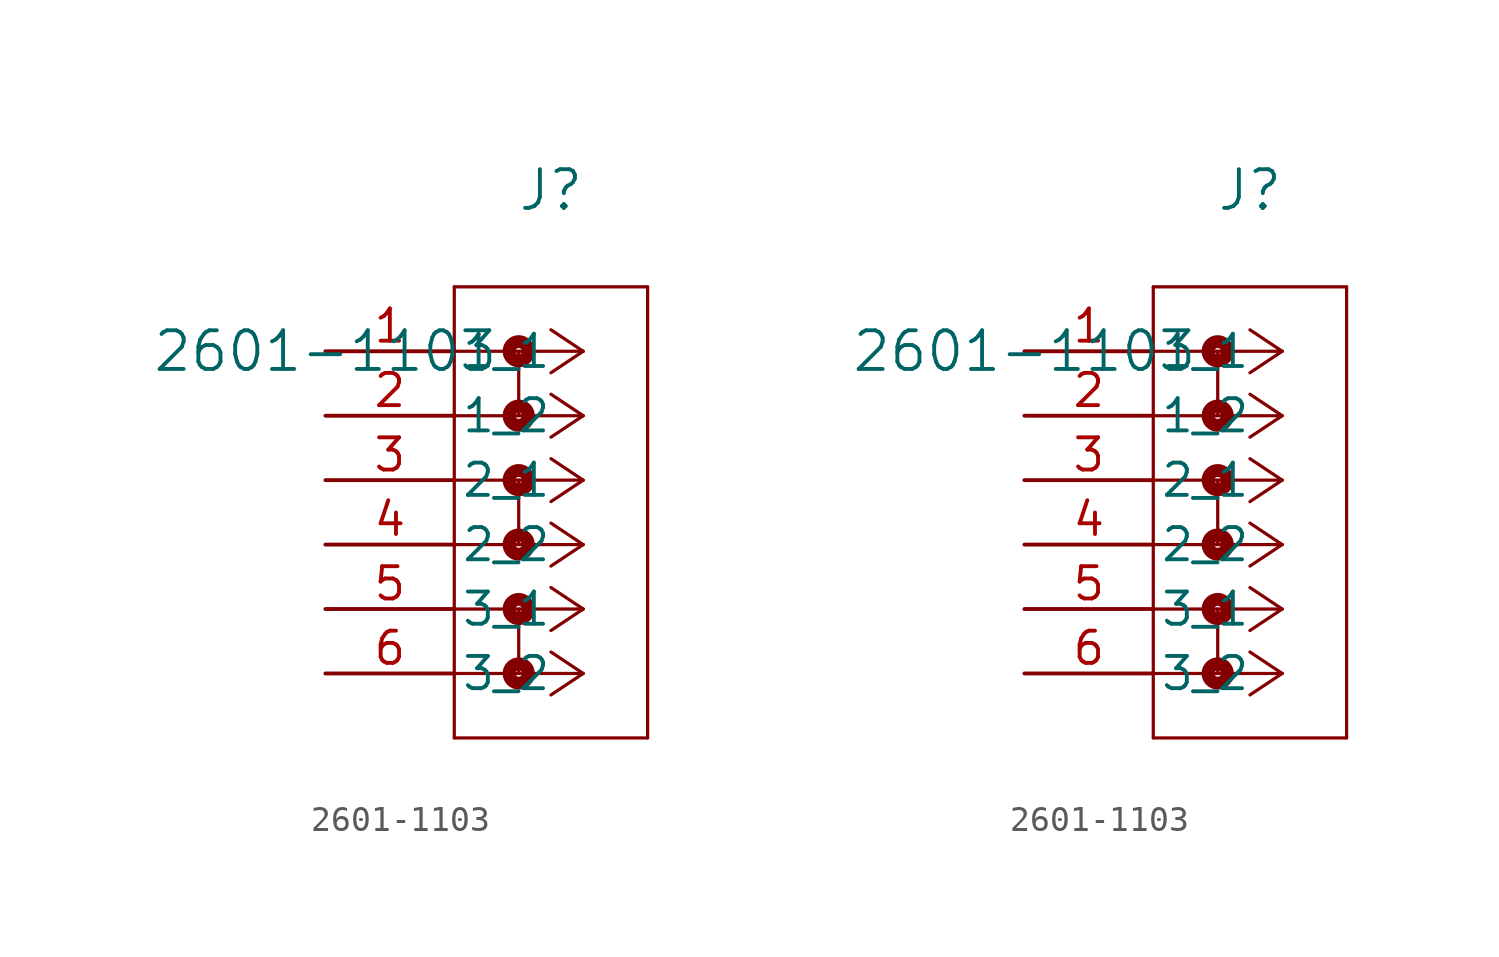
<source format=kicad_sym>
(kicad_symbol_lib
  (version 20211014)
  (generator kicad_symbol_editor)
  (symbol "2601-1103"
    (pin_names
      (offset 0.254))
    (property "Reference" "J"
      (at 8.89 6.35 0)
      (effects (font (size 1.524 1.524))))
    (property "Value" "2601-1103"
      (at 0 0 0)
      (effects (font (size 1.524 1.524))))
    (symbol "2601-1103_1_1"
      (polyline (pts (xy 10.16 0) (xy 5.08 0)) (stroke (width 0.127) (type default) (color 0 0 0 0)) (fill (type none)))
      (polyline (pts (xy 10.16 -2.54) (xy 5.08 -2.54)) (stroke (width 0.127) (type default) (color 0 0 0 0)) (fill (type none)))
      (polyline (pts (xy 10.16 -5.08) (xy 5.08 -5.08)) (stroke (width 0.127) (type default) (color 0 0 0 0)) (fill (type none)))
      (polyline (pts (xy 10.16 -7.62) (xy 5.08 -7.62)) (stroke (width 0.127) (type default) (color 0 0 0 0)) (fill (type none)))
      (polyline (pts (xy 10.16 -10.16) (xy 5.08 -10.16)) (stroke (width 0.127) (type default) (color 0 0 0 0)) (fill (type none)))
      (polyline (pts (xy 10.16 -12.7) (xy 5.08 -12.7)) (stroke (width 0.127) (type default) (color 0 0 0 0)) (fill (type none)))
      (polyline (pts (xy 10.16 0) (xy 8.89 0.847)) (stroke (width 0.127) (type default) (color 0 0 0 0)) (fill (type none)))
      (polyline (pts (xy 10.16 -2.54) (xy 8.89 -1.693)) (stroke (width 0.127) (type default) (color 0 0 0 0)) (fill (type none)))
      (polyline (pts (xy 10.16 -5.08) (xy 8.89 -4.233)) (stroke (width 0.127) (type default) (color 0 0 0 0)) (fill (type none)))
      (polyline (pts (xy 10.16 -7.62) (xy 8.89 -6.773)) (stroke (width 0.127) (type default) (color 0 0 0 0)) (fill (type none)))
      (polyline (pts (xy 10.16 -10.16) (xy 8.89 -9.313)) (stroke (width 0.127) (type default) (color 0 0 0 0)) (fill (type none)))
      (polyline (pts (xy 10.16 -12.7) (xy 8.89 -11.853)) (stroke (width 0.127) (type default) (color 0 0 0 0)) (fill (type none)))
      (polyline (pts (xy 10.16 0) (xy 8.89 -0.847)) (stroke (width 0.127) (type default) (color 0 0 0 0)) (fill (type none)))
      (polyline (pts (xy 10.16 -2.54) (xy 8.89 -3.387)) (stroke (width 0.127) (type default) (color 0 0 0 0)) (fill (type none)))
      (polyline (pts (xy 10.16 -5.08) (xy 8.89 -5.927)) (stroke (width 0.127) (type default) (color 0 0 0 0)) (fill (type none)))
      (polyline (pts (xy 10.16 -7.62) (xy 8.89 -8.467)) (stroke (width 0.127) (type default) (color 0 0 0 0)) (fill (type none)))
      (polyline (pts (xy 10.16 -10.16) (xy 8.89 -11.007)) (stroke (width 0.127) (type default) (color 0 0 0 0)) (fill (type none)))
      (polyline (pts (xy 10.16 -12.7) (xy 8.89 -13.547)) (stroke (width 0.127) (type default) (color 0 0 0 0)) (fill (type none)))
      (polyline (pts (xy 5.08 2.54) (xy 5.08 -15.24)) (stroke (width 0.127) (type default) (color 0 0 0 0)) (fill (type none)))
      (polyline (pts (xy 5.08 -15.24) (xy 12.7 -15.24)) (stroke (width 0.127) (type default) (color 0 0 0 0)) (fill (type none)))
      (polyline (pts (xy 12.7 -15.24) (xy 12.7 2.54)) (stroke (width 0.127) (type default) (color 0 0 0 0)) (fill (type none)))
      (polyline (pts (xy 12.7 2.54) (xy 5.08 2.54)) (stroke (width 0.127) (type default) (color 0 0 0 0)) (fill (type none)))
      (circle (center 7.62 0) (radius 0.127) (stroke (width 0.508) (type default) (color 0 0 0 0)) (fill (type none)))
      (polyline (pts (xy 7.62 0) (xy 7.62 -2.54)) (stroke (width 0.127) (type default) (color 0 0 0 0)) (fill (type none)))
      (circle (center 7.62 -2.54) (radius 0.127) (stroke (width 0.508) (type default) (color 0 0 0 0)) (fill (type none)))
      (circle (center 7.62 -5.08) (radius 0.127) (stroke (width 0.508) (type default) (color 0 0 0 0)) (fill (type none)))
      (polyline (pts (xy 7.62 -5.08) (xy 7.62 -7.62)) (stroke (width 0.127) (type default) (color 0 0 0 0)) (fill (type none)))
      (circle (center 7.62 -7.62) (radius 0.127) (stroke (width 0.508) (type default) (color 0 0 0 0)) (fill (type none)))
      (circle (center 7.62 -10.16) (radius 0.127) (stroke (width 0.508) (type default) (color 0 0 0 0)) (fill (type none)))
      (polyline (pts (xy 7.62 -10.16) (xy 7.62 -12.7)) (stroke (width 0.127) (type default) (color 0 0 0 0)) (fill (type none)))
      (circle (center 7.62 -12.7) (radius 0.127) (stroke (width 0.508) (type default) (color 0 0 0 0)) (fill (type none)))
      (pin unspecified line (at 0 0 0) (length 5.08) (name "1_1" (effects (font (size 1.27 1.27)))) (number "1" (effects (font (size 1.27 1.27)))))
      (pin unspecified line (at 0 -2.54 0) (length 5.08) (name "1_2" (effects (font (size 1.27 1.27)))) (number "2" (effects (font (size 1.27 1.27)))))
      (pin unspecified line (at 0 -5.08 0) (length 5.08) (name "2_1" (effects (font (size 1.27 1.27)))) (number "3" (effects (font (size 1.27 1.27)))))
      (pin unspecified line (at 0 -7.62 0) (length 5.08) (name "2_2" (effects (font (size 1.27 1.27)))) (number "4" (effects (font (size 1.27 1.27)))))
      (pin unspecified line (at 0 -10.16 0) (length 5.08) (name "3_1" (effects (font (size 1.27 1.27)))) (number "5" (effects (font (size 1.27 1.27)))))
      (pin unspecified line (at 0 -12.7 0) (length 5.08) (name "3_2" (effects (font (size 1.27 1.27)))) (number "6" (effects (font (size 1.27 1.27))))))
    (symbol "2601-1103_1_2"
      (polyline (pts (xy 10.16 0) (xy 5.08 0)) (stroke (width 0.127) (type default) (color 0 0 0 0)) (fill (type none)))
      (polyline (pts (xy 10.16 -2.54) (xy 5.08 -2.54)) (stroke (width 0.127) (type default) (color 0 0 0 0)) (fill (type none)))
      (polyline (pts (xy 10.16 -5.08) (xy 5.08 -5.08)) (stroke (width 0.127) (type default) (color 0 0 0 0)) (fill (type none)))
      (polyline (pts (xy 10.16 -7.62) (xy 5.08 -7.62)) (stroke (width 0.127) (type default) (color 0 0 0 0)) (fill (type none)))
      (polyline (pts (xy 10.16 -10.16) (xy 5.08 -10.16)) (stroke (width 0.127) (type default) (color 0 0 0 0)) (fill (type none)))
      (polyline (pts (xy 10.16 -12.7) (xy 5.08 -12.7)) (stroke (width 0.127) (type default) (color 0 0 0 0)) (fill (type none)))
      (polyline (pts (xy 10.16 0) (xy 8.89 0.847)) (stroke (width 0.127) (type default) (color 0 0 0 0)) (fill (type none)))
      (polyline (pts (xy 10.16 -2.54) (xy 8.89 -1.693)) (stroke (width 0.127) (type default) (color 0 0 0 0)) (fill (type none)))
      (polyline (pts (xy 10.16 -5.08) (xy 8.89 -4.233)) (stroke (width 0.127) (type default) (color 0 0 0 0)) (fill (type none)))
      (polyline (pts (xy 10.16 -7.62) (xy 8.89 -6.773)) (stroke (width 0.127) (type default) (color 0 0 0 0)) (fill (type none)))
      (polyline (pts (xy 10.16 -10.16) (xy 8.89 -9.313)) (stroke (width 0.127) (type default) (color 0 0 0 0)) (fill (type none)))
      (polyline (pts (xy 10.16 -12.7) (xy 8.89 -11.853)) (stroke (width 0.127) (type default) (color 0 0 0 0)) (fill (type none)))
      (polyline (pts (xy 10.16 0) (xy 8.89 -0.847)) (stroke (width 0.127) (type default) (color 0 0 0 0)) (fill (type none)))
      (polyline (pts (xy 10.16 -2.54) (xy 8.89 -3.387)) (stroke (width 0.127) (type default) (color 0 0 0 0)) (fill (type none)))
      (polyline (pts (xy 10.16 -5.08) (xy 8.89 -5.927)) (stroke (width 0.127) (type default) (color 0 0 0 0)) (fill (type none)))
      (polyline (pts (xy 10.16 -7.62) (xy 8.89 -8.467)) (stroke (width 0.127) (type default) (color 0 0 0 0)) (fill (type none)))
      (polyline (pts (xy 10.16 -10.16) (xy 8.89 -11.007)) (stroke (width 0.127) (type default) (color 0 0 0 0)) (fill (type none)))
      (polyline (pts (xy 10.16 -12.7) (xy 8.89 -13.547)) (stroke (width 0.127) (type default) (color 0 0 0 0)) (fill (type none)))
      (polyline (pts (xy 5.08 2.54) (xy 5.08 -15.24)) (stroke (width 0.127) (type default) (color 0 0 0 0)) (fill (type none)))
      (polyline (pts (xy 5.08 -15.24) (xy 12.7 -15.24)) (stroke (width 0.127) (type default) (color 0 0 0 0)) (fill (type none)))
      (polyline (pts (xy 12.7 -15.24) (xy 12.7 2.54)) (stroke (width 0.127) (type default) (color 0 0 0 0)) (fill (type none)))
      (polyline (pts (xy 12.7 2.54) (xy 5.08 2.54)) (stroke (width 0.127) (type default) (color 0 0 0 0)) (fill (type none)))
      (circle (center 7.62 0) (radius 0.127) (stroke (width 0.508) (type default) (color 0 0 0 0)) (fill (type none)))
      (polyline (pts (xy 7.62 0) (xy 7.62 -2.54)) (stroke (width 0.127) (type default) (color 0 0 0 0)) (fill (type none)))
      (circle (center 7.62 -2.54) (radius 0.127) (stroke (width 0.508) (type default) (color 0 0 0 0)) (fill (type none)))
      (circle (center 7.62 -5.08) (radius 0.127) (stroke (width 0.508) (type default) (color 0 0 0 0)) (fill (type none)))
      (polyline (pts (xy 7.62 -5.08) (xy 7.62 -7.62)) (stroke (width 0.127) (type default) (color 0 0 0 0)) (fill (type none)))
      (circle (center 7.62 -7.62) (radius 0.127) (stroke (width 0.508) (type default) (color 0 0 0 0)) (fill (type none)))
      (circle (center 7.62 -10.16) (radius 0.127) (stroke (width 0.508) (type default) (color 0 0 0 0)) (fill (type none)))
      (polyline (pts (xy 7.62 -10.16) (xy 7.62 -12.7)) (stroke (width 0.127) (type default) (color 0 0 0 0)) (fill (type none)))
      (circle (center 7.62 -12.7) (radius 0.127) (stroke (width 0.508) (type default) (color 0 0 0 0)) (fill (type none)))
      (pin unspecified line (at 0 0 0) (length 5.08) (name "1_1" (effects (font (size 1.27 1.27)))) (number "1" (effects (font (size 1.27 1.27)))))
      (pin unspecified line (at 0 -2.54 0) (length 5.08) (name "1_2" (effects (font (size 1.27 1.27)))) (number "2" (effects (font (size 1.27 1.27)))))
      (pin unspecified line (at 0 -5.08 0) (length 5.08) (name "2_1" (effects (font (size 1.27 1.27)))) (number "3" (effects (font (size 1.27 1.27)))))
      (pin unspecified line (at 0 -7.62 0) (length 5.08) (name "2_2" (effects (font (size 1.27 1.27)))) (number "4" (effects (font (size 1.27 1.27)))))
      (pin unspecified line (at 0 -10.16 0) (length 5.08) (name "3_1" (effects (font (size 1.27 1.27)))) (number "5" (effects (font (size 1.27 1.27)))))
      (pin unspecified line (at 0 -12.7 0) (length 5.08) (name "3_2" (effects (font (size 1.27 1.27)))) (number "6" (effects (font (size 1.27 1.27))))))))
</source>
